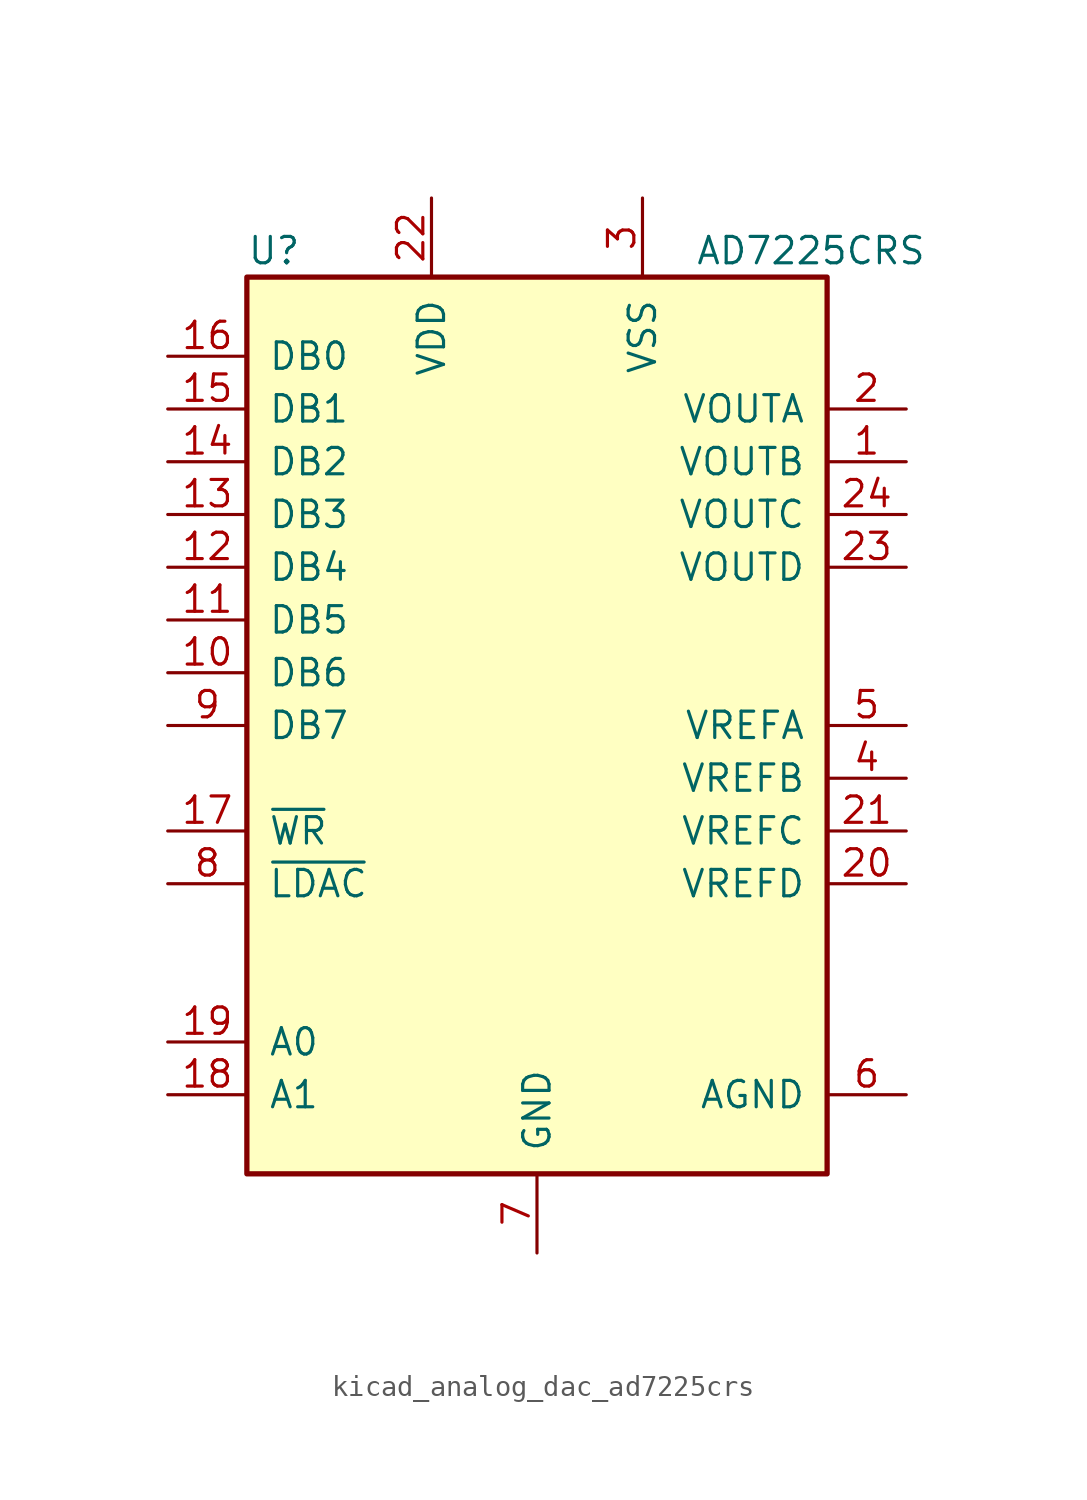
<source format=kicad_sym>
(kicad_symbol_lib
  (version 20220914)
  (generator kicad_symbol_editor)
  (symbol "kicad_analog_dac_ad7225crs"
    (pin_names
      (offset 1.016))
    (property "Reference" "U"
      (at -13.97 22.86 0)
      (effects (font (size 1.27 1.27)) (justify left)))
    (property "Value" "AD7225CRS"
      (at 7.62 22.86 0)
      (effects (font (size 1.27 1.27)) (justify left)))
    (symbol "kicad_analog_dac_ad7225crs_0_1"
      (rectangle (start -13.97 -21.59) (end 13.97 21.59) (stroke (width 0.254) (type default)) (fill (type background))))
    (symbol "kicad_analog_dac_ad7225crs_1_1"
      (pin output line (at 17.78 12.7 180) (length 3.81) (name "VOUTB" (effects (font (size 1.27 1.27)))) (number "1" (effects (font (size 1.27 1.27)))))
      (pin input line (at -17.78 2.54 0) (length 3.81) (name "DB6" (effects (font (size 1.27 1.27)))) (number "10" (effects (font (size 1.27 1.27)))))
      (pin input line (at -17.78 5.08 0) (length 3.81) (name "DB5" (effects (font (size 1.27 1.27)))) (number "11" (effects (font (size 1.27 1.27)))))
      (pin input line (at -17.78 7.62 0) (length 3.81) (name "DB4" (effects (font (size 1.27 1.27)))) (number "12" (effects (font (size 1.27 1.27)))))
      (pin input line (at -17.78 10.16 0) (length 3.81) (name "DB3" (effects (font (size 1.27 1.27)))) (number "13" (effects (font (size 1.27 1.27)))))
      (pin input line (at -17.78 12.7 0) (length 3.81) (name "DB2" (effects (font (size 1.27 1.27)))) (number "14" (effects (font (size 1.27 1.27)))))
      (pin input line (at -17.78 15.24 0) (length 3.81) (name "DB1" (effects (font (size 1.27 1.27)))) (number "15" (effects (font (size 1.27 1.27)))))
      (pin input line (at -17.78 17.78 0) (length 3.81) (name "DB0" (effects (font (size 1.27 1.27)))) (number "16" (effects (font (size 1.27 1.27)))))
      (pin input line (at -17.78 -5.08 0) (length 3.81) (name "~{WR}" (effects (font (size 1.27 1.27)))) (number "17" (effects (font (size 1.27 1.27)))))
      (pin input line (at -17.78 -17.78 0) (length 3.81) (name "A1" (effects (font (size 1.27 1.27)))) (number "18" (effects (font (size 1.27 1.27)))))
      (pin input line (at -17.78 -15.24 0) (length 3.81) (name "A0" (effects (font (size 1.27 1.27)))) (number "19" (effects (font (size 1.27 1.27)))))
      (pin output line (at 17.78 15.24 180) (length 3.81) (name "VOUTA" (effects (font (size 1.27 1.27)))) (number "2" (effects (font (size 1.27 1.27)))))
      (pin input line (at 17.78 -7.62 180) (length 3.81) (name "VREFD" (effects (font (size 1.27 1.27)))) (number "20" (effects (font (size 1.27 1.27)))))
      (pin input line (at 17.78 -5.08 180) (length 3.81) (name "VREFC" (effects (font (size 1.27 1.27)))) (number "21" (effects (font (size 1.27 1.27)))))
      (pin power_in line (at -5.08 25.4 270) (length 3.81) (name "VDD" (effects (font (size 1.27 1.27)))) (number "22" (effects (font (size 1.27 1.27)))))
      (pin output line (at 17.78 7.62 180) (length 3.81) (name "VOUTD" (effects (font (size 1.27 1.27)))) (number "23" (effects (font (size 1.27 1.27)))))
      (pin output line (at 17.78 10.16 180) (length 3.81) (name "VOUTC" (effects (font (size 1.27 1.27)))) (number "24" (effects (font (size 1.27 1.27)))))
      (pin power_in line (at 5.08 25.4 270) (length 3.81) (name "VSS" (effects (font (size 1.27 1.27)))) (number "3" (effects (font (size 1.27 1.27)))))
      (pin input line (at 17.78 -2.54 180) (length 3.81) (name "VREFB" (effects (font (size 1.27 1.27)))) (number "4" (effects (font (size 1.27 1.27)))))
      (pin input line (at 17.78 0 180) (length 3.81) (name "VREFA" (effects (font (size 1.27 1.27)))) (number "5" (effects (font (size 1.27 1.27)))))
      (pin input line (at 17.78 -17.78 180) (length 3.81) (name "AGND" (effects (font (size 1.27 1.27)))) (number "6" (effects (font (size 1.27 1.27)))))
      (pin power_in line (at 0 -25.4 90) (length 3.81) (name "GND" (effects (font (size 1.27 1.27)))) (number "7" (effects (font (size 1.27 1.27)))))
      (pin input line (at -17.78 -7.62 0) (length 3.81) (name "~{LDAC}" (effects (font (size 1.27 1.27)))) (number "8" (effects (font (size 1.27 1.27)))))
      (pin input line (at -17.78 0 0) (length 3.81) (name "DB7" (effects (font (size 1.27 1.27)))) (number "9" (effects (font (size 1.27 1.27))))))))
</source>
